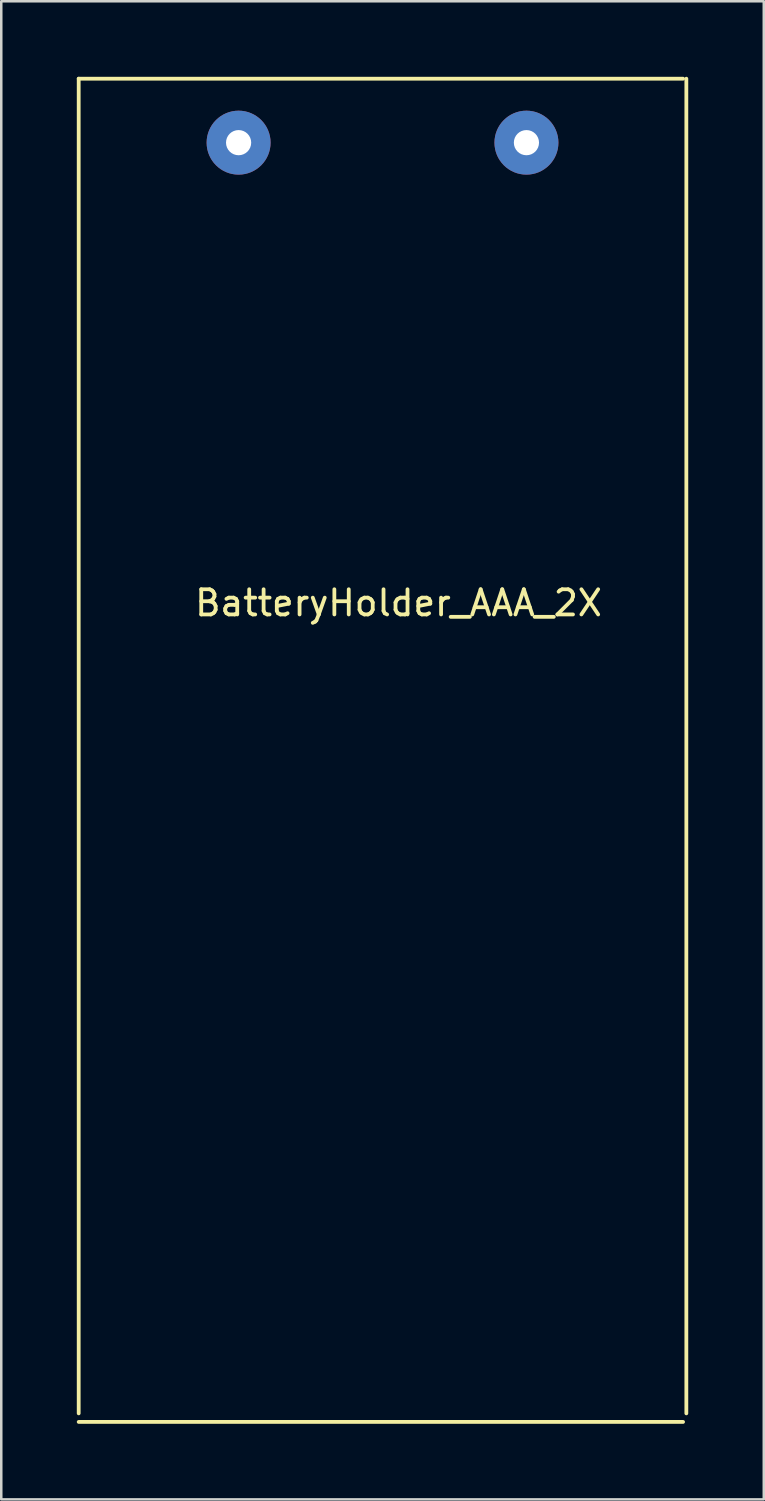
<source format=kicad_pcb>
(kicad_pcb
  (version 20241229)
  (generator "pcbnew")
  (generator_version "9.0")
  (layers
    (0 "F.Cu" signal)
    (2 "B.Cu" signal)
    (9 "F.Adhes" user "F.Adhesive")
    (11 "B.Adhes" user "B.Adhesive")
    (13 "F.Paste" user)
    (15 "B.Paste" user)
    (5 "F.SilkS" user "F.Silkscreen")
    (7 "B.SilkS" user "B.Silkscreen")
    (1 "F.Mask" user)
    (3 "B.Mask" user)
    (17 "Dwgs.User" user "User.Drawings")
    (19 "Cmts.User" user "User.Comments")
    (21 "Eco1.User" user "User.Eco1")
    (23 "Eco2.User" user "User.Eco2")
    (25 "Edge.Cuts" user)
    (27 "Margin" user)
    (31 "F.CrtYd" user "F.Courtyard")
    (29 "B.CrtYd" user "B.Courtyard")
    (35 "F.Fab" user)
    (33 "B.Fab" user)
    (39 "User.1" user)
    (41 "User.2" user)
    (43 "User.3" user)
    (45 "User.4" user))
  (footprint "BatteryHolder_AAA_2X"
    (layer "F.Cu")
    (at 12.775 26.745)
    (property "Reference" "BatteryHolder_AAA_2X" (at 0 -5.85 0) (layer "F.SilkS") (effects (font (size 1 1) (thickness 0.15))))
    (attr through_hole)
    (fp_line (start -12.7 -26.67) (end -12.7 26.33) (stroke (width 0.15) (type solid)) (layer "F.SilkS"))
    (fp_line (start -12.7 -26.67) (end 11.3 -26.67) (stroke (width 0.15) (type solid)) (layer "F.SilkS"))
    (fp_line (start -12.7 26.67) (end 11.3 26.67) (stroke (width 0.15) (type solid)) (layer "F.SilkS"))
    (fp_line (start 11.43 -26.67) (end 11.43 26.33) (stroke (width 0.15) (type solid)) (layer "F.SilkS"))
    (pad "1" thru_hole circle (at -6.35 -24.13) (size 2.54 2.54) (drill 1) (layers "*.Cu" "*.Mask"))
    (pad "2" thru_hole circle (at 5.08 -24.13) (size 2.54 2.54) (drill 1) (layers "*.Cu" "*.Mask")))
  (gr_rect
    (start -3 -3)
    (end 27.28 56.49)
    (stroke (width 0.1) (type default))
    (fill no)
    (layer "Edge.Cuts")))
</source>
